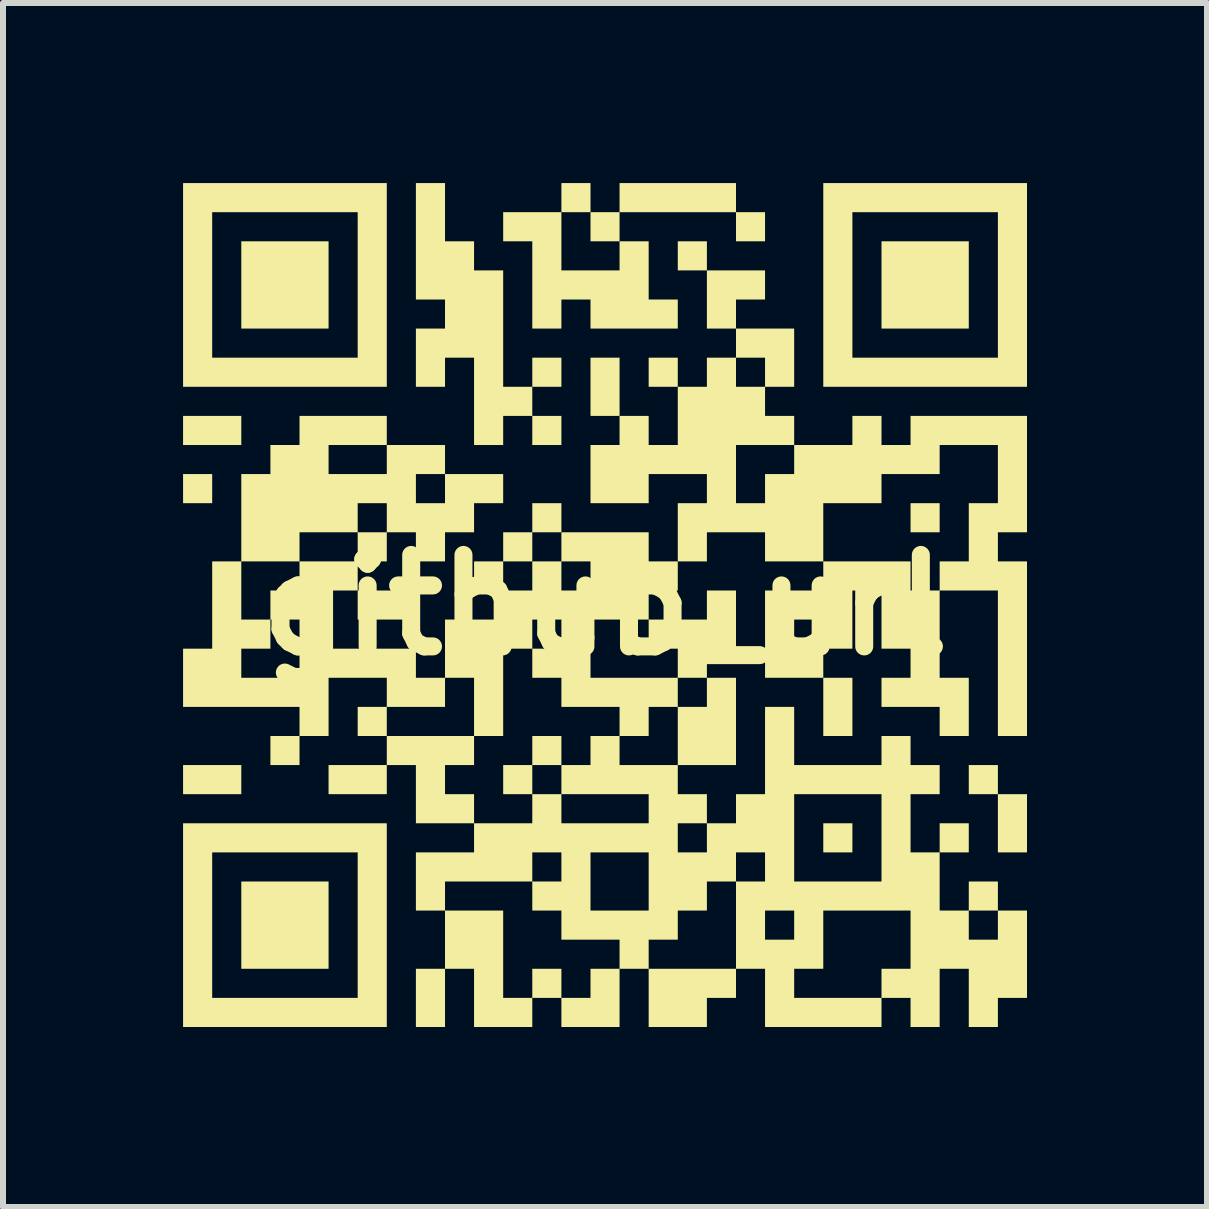
<source format=kicad_pcb>
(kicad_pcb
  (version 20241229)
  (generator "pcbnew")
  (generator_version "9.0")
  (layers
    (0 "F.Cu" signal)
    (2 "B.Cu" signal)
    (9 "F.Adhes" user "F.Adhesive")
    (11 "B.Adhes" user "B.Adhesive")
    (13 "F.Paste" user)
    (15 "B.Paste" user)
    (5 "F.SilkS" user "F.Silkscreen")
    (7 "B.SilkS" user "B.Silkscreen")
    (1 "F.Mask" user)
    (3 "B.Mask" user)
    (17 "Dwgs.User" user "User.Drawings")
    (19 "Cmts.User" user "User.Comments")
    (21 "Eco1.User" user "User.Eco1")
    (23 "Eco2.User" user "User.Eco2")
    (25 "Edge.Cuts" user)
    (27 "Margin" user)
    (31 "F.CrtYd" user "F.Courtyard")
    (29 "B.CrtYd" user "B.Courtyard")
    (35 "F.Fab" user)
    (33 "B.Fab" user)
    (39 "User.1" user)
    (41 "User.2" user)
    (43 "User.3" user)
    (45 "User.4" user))
  (footprint "github_url"
    (layer "F.Cu")
    (at 7.03 7.03)
    (property "Reference" "github_url" (at 0 0 0) (layer "F.SilkS") (effects (font (size 1.524 1.524) (thickness 0.3))))
    (attr board_only exclude_from_pos_files exclude_from_bom)
    (fp_poly (pts (xy -6.545 -1.697) (xy -7.03 -1.697) (xy -7.03 -2.182) (xy -6.545 -2.182)) (stroke (width 0) (type solid)) (fill yes) (layer "F.SilkS"))
    (fp_poly (pts (xy -6.06 -2.666) (xy -7.03 -2.666) (xy -7.03 -3.151) (xy -6.06 -3.151)) (stroke (width 0) (type solid)) (fill yes) (layer "F.SilkS"))
    (fp_poly (pts (xy -6.06 3.151) (xy -7.03 3.151) (xy -7.03 2.666) (xy -6.06 2.666)) (stroke (width 0) (type solid)) (fill yes) (layer "F.SilkS"))
    (fp_poly (pts (xy -5.09 2.666) (xy -5.575 2.666) (xy -5.575 2.182) (xy -5.09 2.182)) (stroke (width 0) (type solid)) (fill yes) (layer "F.SilkS"))
    (fp_poly (pts (xy -4.606 -4.606) (xy -6.06 -4.606) (xy -6.06 -6.06) (xy -4.606 -6.06)) (stroke (width 0) (type solid)) (fill yes) (layer "F.SilkS"))
    (fp_poly (pts (xy -4.606 6.06) (xy -6.06 6.06) (xy -6.06 4.606) (xy -4.606 4.606)) (stroke (width 0) (type solid)) (fill yes) (layer "F.SilkS"))
    (fp_poly (pts (xy -3.636 3.151) (xy -4.606 3.151) (xy -4.606 2.666) (xy -3.636 2.666)) (stroke (width 0) (type solid)) (fill yes) (layer "F.SilkS"))
    (fp_poly (pts (xy -3.151 0.242) (xy -4.121 0.242) (xy -4.121 -0.242) (xy -3.151 -0.242)) (stroke (width 0) (type solid)) (fill yes) (layer "F.SilkS"))
    (fp_poly (pts (xy -2.666 7.03) (xy -3.151 7.03) (xy -3.151 6.06) (xy -2.666 6.06)) (stroke (width 0) (type solid)) (fill yes) (layer "F.SilkS"))
    (fp_poly (pts (xy -1.212 3.151) (xy -1.697 3.151) (xy -1.697 2.666) (xy -1.212 2.666)) (stroke (width 0) (type solid)) (fill yes) (layer "F.SilkS"))
    (fp_poly (pts (xy -0.727 -3.636) (xy -1.212 -3.636) (xy -1.212 -4.121) (xy -0.727 -4.121)) (stroke (width 0) (type solid)) (fill yes) (layer "F.SilkS"))
    (fp_poly (pts (xy -0.727 -2.666) (xy -1.212 -2.666) (xy -1.212 -3.151) (xy -0.727 -3.151)) (stroke (width 0) (type solid)) (fill yes) (layer "F.SilkS"))
    (fp_poly (pts (xy -0.727 2.666) (xy -1.212 2.666) (xy -1.212 2.182) (xy -0.727 2.182)) (stroke (width 0) (type solid)) (fill yes) (layer "F.SilkS"))
    (fp_poly (pts (xy 0.242 -3.151) (xy -0.242 -3.151) (xy -0.242 -4.121) (xy 0.242 -4.121)) (stroke (width 0) (type solid)) (fill yes) (layer "F.SilkS"))
    (fp_poly (pts (xy 1.212 -3.636) (xy 0.727 -3.636) (xy 0.727 -4.121) (xy 1.212 -4.121)) (stroke (width 0) (type solid)) (fill yes) (layer "F.SilkS"))
    (fp_poly (pts (xy 1.697 -5.575) (xy 1.212 -5.575) (xy 1.212 -6.06) (xy 1.697 -6.06)) (stroke (width 0) (type solid)) (fill yes) (layer "F.SilkS"))
    (fp_poly (pts (xy 2.182 -6.545) (xy 0.242 -6.545) (xy 0.242 -7.03) (xy 2.182 -7.03)) (stroke (width 0) (type solid)) (fill yes) (layer "F.SilkS"))
    (fp_poly (pts (xy 2.666 -6.06) (xy 2.182 -6.06) (xy 2.182 -6.545) (xy 2.666 -6.545)) (stroke (width 0) (type solid)) (fill yes) (layer "F.SilkS"))
    (fp_poly (pts (xy 4.121 2.182) (xy 3.636 2.182) (xy 3.636 1.212) (xy 4.121 1.212)) (stroke (width 0) (type solid)) (fill yes) (layer "F.SilkS"))
    (fp_poly (pts (xy 4.121 4.121) (xy 3.636 4.121) (xy 3.636 3.636) (xy 4.121 3.636)) (stroke (width 0) (type solid)) (fill yes) (layer "F.SilkS"))
    (fp_poly (pts (xy 5.575 -1.212) (xy 5.09 -1.212) (xy 5.09 -1.697) (xy 5.575 -1.697)) (stroke (width 0) (type solid)) (fill yes) (layer "F.SilkS"))
    (fp_poly (pts (xy 6.06 -4.606) (xy 4.606 -4.606) (xy 4.606 -6.06) (xy 6.06 -6.06)) (stroke (width 0) (type solid)) (fill yes) (layer "F.SilkS"))
    (fp_poly (pts (xy 6.06 4.121) (xy 5.575 4.121) (xy 5.575 3.636) (xy 6.06 3.636)) (stroke (width 0) (type solid)) (fill yes) (layer "F.SilkS"))
    (fp_poly (pts (xy 6.545 3.151) (xy 6.06 3.151) (xy 6.06 2.666) (xy 6.545 2.666)) (stroke (width 0) (type solid)) (fill yes) (layer "F.SilkS"))
    (fp_poly (pts (xy 7.03 4.121) (xy 6.545 4.121) (xy 6.545 3.151) (xy 7.03 3.151)) (stroke (width 0) (type solid)) (fill yes) (layer "F.SilkS"))
    (fp_poly (pts (xy 2.666 -5.09) (xy 2.182 -5.09) (xy 2.182 -4.606) (xy 1.697 -4.606) (xy 1.697 -5.575) (xy 2.666 -5.575)) (stroke (width 0) (type solid)) (fill yes) (layer "F.SilkS"))
    (fp_poly (pts (xy -3.636 -3.636) (xy -7.03 -3.636) (xy -7.03 -4.121) (xy -6.545 -4.121) (xy -4.121 -4.121) (xy -4.121 -6.545) (xy -6.545 -6.545) (xy -6.545 -4.121) (xy -7.03 -4.121) (xy -7.03 -7.03) (xy -3.636 -7.03)) (stroke (width 0) (type solid)) (fill yes) (layer "F.SilkS"))
    (fp_poly (pts (xy -3.636 7.03) (xy -7.03 7.03) (xy -7.03 6.545) (xy -6.545 6.545) (xy -4.121 6.545) (xy -4.121 4.121) (xy -6.545 4.121) (xy -6.545 6.545) (xy -7.03 6.545) (xy -7.03 3.636) (xy -3.636 3.636)) (stroke (width 0) (type solid)) (fill yes) (layer "F.SilkS"))
    (fp_poly (pts (xy 7.03 -3.636) (xy 3.636 -3.636) (xy 3.636 -4.121) (xy 4.121 -4.121) (xy 6.545 -4.121) (xy 6.545 -6.545) (xy 4.121 -6.545) (xy 4.121 -4.121) (xy 3.636 -4.121) (xy 3.636 -7.03) (xy 7.03 -7.03)) (stroke (width 0) (type solid)) (fill yes) (layer "F.SilkS"))
    (fp_poly (pts (xy -2.666 -6.06) (xy -2.182 -6.06) (xy -2.182 -5.575) (xy -1.697 -5.575) (xy -1.697 -3.636) (xy -1.212 -3.636) (xy -1.212 -3.151) (xy -1.697 -3.151) (xy -1.697 -2.666) (xy -2.182 -2.666) (xy -2.182 -4.121) (xy -2.666 -4.121) (xy -2.666 -3.636) (xy -3.151 -3.636) (xy -3.151 -4.606) (xy -2.666 -4.606) (xy -2.666 -5.09) (xy -3.151 -5.09) (xy -3.151 -7.03) (xy -2.666 -7.03)) (stroke (width 0) (type solid)) (fill yes) (layer "F.SilkS"))
    (fp_poly (pts (xy 0.242 -6.545) (xy 0.242 -6.06) (xy 0.727 -6.06) (xy 0.727 -5.09) (xy 1.212 -5.09) (xy 1.212 -4.606) (xy -0.242 -4.606) (xy -0.242 -5.09) (xy -0.727 -5.09) (xy -0.727 -4.606) (xy -1.212 -4.606) (xy -1.212 -5.575) (xy -0.727 -5.575) (xy 0.242 -5.575) (xy 0.242 -6.06) (xy -0.242 -6.06) (xy -0.242 -6.545) (xy -0.727 -6.545) (xy -0.727 -5.575) (xy -1.212 -5.575) (xy -1.212 -6.06) (xy -1.697 -6.06) (xy -1.697 -6.545) (xy -0.727 -6.545) (xy -0.727 -7.03) (xy -0.242 -7.03) (xy -0.242 -6.545)) (stroke (width 0) (type solid)) (fill yes) (layer "F.SilkS"))
    (fp_poly (pts (xy 3.151 -3.636) (xy 2.666 -3.636) (xy 2.666 -3.151) (xy 3.151 -3.151) (xy 3.151 -2.666) (xy 4.121 -2.666) (xy 4.121 -3.151) (xy 4.606 -3.151) (xy 4.606 -2.666) (xy 5.09 -2.666) (xy 5.09 -3.151) (xy 7.03 -3.151) (xy 7.03 -1.212) (xy 6.545 -1.212) (xy 6.545 -0.727) (xy 7.03 -0.727) (xy 7.03 2.182) (xy 6.545 2.182) (xy 6.545 -0.242) (xy 5.575 -0.242) (xy 5.575 1.212) (xy 6.06 1.212) (xy 6.06 2.182) (xy 5.575 2.182) (xy 5.575 1.697) (xy 4.606 1.697) (xy 4.606 1.212) (xy 5.09 1.212) (xy 5.09 0.727) (xy 4.606 0.727) (xy 4.606 -0.242) (xy 4.121 -0.242) (xy 4.121 0.727) (xy 3.636 0.727) (xy 3.636 1.212) (xy 2.666 1.212) (xy 2.666 0.727) (xy 3.151 0.727) (xy 3.636 0.727) (xy 3.636 0.242) (xy 3.151 0.242) (xy 3.151 0.727) (xy 2.666 0.727) (xy 2.666 -0.242) (xy 3.636 -0.242) (xy 3.636 -0.727) (xy 5.09 -0.727) (xy 5.09 -0.242) (xy 5.575 -0.242) (xy 5.575 -0.727) (xy 6.06 -0.727) (xy 6.06 -1.697) (xy 6.545 -1.697) (xy 6.545 -2.666) (xy 5.575 -2.666) (xy 5.575 -2.182) (xy 4.606 -2.182) (xy 4.606 -1.697) (xy 3.636 -1.697) (xy 3.636 -0.727) (xy 2.666 -0.727) (xy 2.666 -1.212) (xy 1.697 -1.212) (xy 1.697 -0.727) (xy 1.212 -0.727) (xy 1.212 -1.697) (xy 1.697 -1.697) (xy 2.182 -1.697) (xy 2.666 -1.697) (xy 2.666 -2.182) (xy 3.151 -2.182) (xy 3.151 -2.666) (xy 2.182 -2.666) (xy 2.182 -1.697) (xy 1.697 -1.697) (xy 1.697 -2.182) (xy 0.727 -2.182) (xy 0.727 -1.697) (xy -0.242 -1.697) (xy -0.242 -2.666) (xy 0.242 -2.666) (xy 0.242 -3.151) (xy 0.727 -3.151) (xy 0.727 -2.666) (xy 1.212 -2.666) (xy 1.212 -3.636) (xy 1.697 -3.636) (xy 2.182 -3.636) (xy 2.666 -3.636) (xy 2.666 -4.121) (xy 2.182 -4.121) (xy 2.182 -3.636) (xy 1.697 -3.636) (xy 1.697 -4.121) (xy 2.182 -4.121) (xy 2.182 -4.606) (xy 3.151 -4.606)) (stroke (width 0) (type solid)) (fill yes) (layer "F.SilkS"))
    (fp_poly (pts (xy -1.697 -2.182) (xy -1.697 -1.697) (xy -2.182 -1.697) (xy -2.182 -1.212) (xy -2.666 -1.212) (xy -2.666 -0.727) (xy -3.151 -0.727) (xy -3.151 -1.212) (xy -3.636 -1.212) (xy -3.636 -0.727) (xy -4.121 -0.727) (xy -4.121 -0.242) (xy -4.606 -0.242) (xy -4.606 0.727) (xy -3.151 0.727) (xy -3.151 1.212) (xy -2.666 1.212) (xy -2.666 0.242) (xy -1.697 0.242) (xy -1.697 -0.242) (xy -1.212 -0.242) (xy -0.727 -0.242) (xy -0.242 -0.242) (xy -0.242 -0.727) (xy -0.727 -0.727) (xy -0.727 -0.242) (xy -1.212 -0.242) (xy -1.212 -0.727) (xy -0.727 -0.727) (xy -0.727 -1.212) (xy -1.212 -1.212) (xy -1.212 -0.727) (xy -1.697 -0.727) (xy -1.697 -0.242) (xy -2.182 -0.242) (xy -2.182 -0.727) (xy -1.697 -0.727) (xy -1.697 -1.212) (xy -1.212 -1.212) (xy -1.212 -1.697) (xy -0.727 -1.697) (xy -0.727 -1.212) (xy 0.727 -1.212) (xy 0.727 -0.727) (xy 1.212 -0.727) (xy 1.212 -0.242) (xy 0.727 -0.242) (xy 0.727 0.242) (xy 1.697 0.242) (xy 1.697 -0.242) (xy 2.182 -0.242) (xy 2.182 0.727) (xy 1.697 0.727) (xy 1.697 1.212) (xy 2.182 1.212) (xy 2.182 2.666) (xy 1.212 2.666) (xy 1.212 3.151) (xy 1.697 3.151) (xy 1.697 3.636) (xy 2.182 3.636) (xy 2.182 3.151) (xy 2.666 3.151) (xy 2.666 1.697) (xy 3.151 1.697) (xy 3.151 2.666) (xy 4.606 2.666) (xy 4.606 2.182) (xy 5.09 2.182) (xy 5.09 2.666) (xy 5.575 2.666) (xy 5.575 3.151) (xy 5.09 3.151) (xy 5.09 4.121) (xy 5.575 4.121) (xy 5.575 5.09) (xy 6.06 5.09) (xy 6.06 4.606) (xy 6.545 4.606) (xy 6.545 5.09) (xy 7.03 5.09) (xy 7.03 6.545) (xy 6.545 6.545) (xy 6.545 7.03) (xy 6.06 7.03) (xy 6.06 6.06) (xy 5.575 6.06) (xy 5.575 7.03) (xy 5.09 7.03) (xy 5.09 6.545) (xy 4.606 6.545) (xy 4.606 7.03) (xy 2.666 7.03) (xy 2.666 6.545) (xy 3.151 6.545) (xy 4.606 6.545) (xy 4.606 6.06) (xy 5.09 6.06) (xy 5.09 5.575) (xy 6.06 5.575) (xy 6.545 5.575) (xy 6.545 5.09) (xy 6.06 5.09) (xy 6.06 5.575) (xy 5.09 5.575) (xy 5.09 5.09) (xy 3.636 5.09) (xy 3.636 6.06) (xy 3.151 6.06) (xy 3.151 6.545) (xy 2.666 6.545) (xy 2.666 6.06) (xy 2.182 6.06) (xy 2.182 6.545) (xy 1.697 6.545) (xy 1.697 7.03) (xy 0.727 7.03) (xy 0.727 6.06) (xy 2.182 6.06) (xy 2.182 5.575) (xy 2.666 5.575) (xy 3.151 5.575) (xy 3.151 5.09) (xy 2.666 5.09) (xy 2.666 5.575) (xy 2.182 5.575) (xy 2.182 4.606) (xy 2.666 4.606) (xy 3.151 4.606) (xy 4.606 4.606) (xy 4.606 3.151) (xy 3.151 3.151) (xy 3.151 4.606) (xy 2.666 4.606) (xy 2.666 4.121) (xy 2.182 4.121) (xy 2.182 4.606) (xy 1.697 4.606) (xy 1.697 5.09) (xy 1.212 5.09) (xy 1.212 5.575) (xy 0.727 5.575) (xy 0.727 6.06) (xy 0.242 6.06) (xy 0.242 7.03) (xy -0.727 7.03) (xy -0.727 6.545) (xy -1.212 6.545) (xy -1.212 7.03) (xy -2.182 7.03) (xy -2.182 6.06) (xy -2.666 6.06) (xy -2.666 5.09) (xy -1.697 5.09) (xy -1.697 6.545) (xy -1.212 6.545) (xy -1.212 6.06) (xy -0.727 6.06) (xy -0.727 6.545) (xy -0.242 6.545) (xy -0.242 6.06) (xy 0.242 6.06) (xy 0.242 5.575) (xy -0.727 5.575) (xy -0.727 5.09) (xy -0.242 5.09) (xy 0.727 5.09) (xy 0.727 4.121) (xy 1.212 4.121) (xy 1.697 4.121) (xy 1.697 3.636) (xy 1.212 3.636) (xy 1.212 4.121) (xy 0.727 4.121) (xy -0.242 4.121) (xy -0.242 5.09) (xy -0.727 5.09) (xy -1.212 5.09) (xy -1.212 4.606) (xy -0.727 4.606) (xy -0.727 4.121) (xy -1.212 4.121) (xy -1.212 4.606) (xy -2.666 4.606) (xy -2.666 5.09) (xy -3.151 5.09) (xy -3.151 4.121) (xy -2.182 4.121) (xy -2.182 3.636) (xy -3.151 3.636) (xy -3.151 3.151) (xy -2.666 3.151) (xy -2.182 3.151) (xy -2.182 3.636) (xy -1.212 3.636) (xy -0.727 3.636) (xy 0.727 3.636) (xy 0.727 3.151) (xy -0.727 3.151) (xy -0.727 3.636) (xy -1.212 3.636) (xy -1.212 3.151) (xy -0.727 3.151) (xy -0.727 2.666) (xy -0.242 2.666) (xy 0.242 2.666) (xy 1.212 2.666) (xy 1.212 1.697) (xy 1.697 1.697) (xy 1.697 1.212) (xy 1.212 1.212) (xy 1.212 1.697) (xy 0.727 1.697) (xy 0.727 2.182) (xy 0.242 2.182) (xy 0.242 2.666) (xy -0.242 2.666) (xy -0.242 2.182) (xy 0.242 2.182) (xy 0.242 1.697) (xy -0.727 1.697) (xy -0.727 1.212) (xy -0.242 1.212) (xy 1.212 1.212) (xy 1.212 0.727) (xy 0.727 0.727) (xy 0.727 0.242) (xy -0.242 0.242) (xy -0.242 1.212) (xy -0.727 1.212) (xy -1.212 1.212) (xy -1.212 0.727) (xy -0.727 0.727) (xy -0.727 0.242) (xy -1.212 0.242) (xy -1.212 0.727) (xy -1.697 0.727) (xy -1.697 2.182) (xy -2.182 2.182) (xy -2.182 2.666) (xy -2.666 2.666) (xy -2.666 3.151) (xy -3.151 3.151) (xy -3.151 2.666) (xy -3.636 2.666) (xy -3.636 2.182) (xy -2.182 2.182) (xy -2.182 1.212) (xy -2.666 1.212) (xy -2.666 1.697) (xy -3.636 1.697) (xy -3.636 2.182) (xy -4.121 2.182) (xy -4.121 1.697) (xy -3.636 1.697) (xy -3.636 1.212) (xy -4.606 1.212) (xy -4.606 2.182) (xy -5.09 2.182) (xy -5.09 1.697) (xy -7.03 1.697) (xy -7.03 1.212) (xy -6.06 1.212) (xy -5.09 1.212) (xy -5.09 0.242) (xy -5.575 0.242) (xy -5.575 0.727) (xy -6.06 0.727) (xy -6.06 1.212) (xy -7.03 1.212) (xy -7.03 0.727) (xy -6.545 0.727) (xy -6.545 0.242) (xy -6.06 0.242) (xy -5.575 0.242) (xy -5.575 -0.242) (xy -5.09 -0.242) (xy -5.09 -0.727) (xy -4.121 -0.727) (xy -4.121 -1.212) (xy -3.636 -1.212) (xy -3.636 -1.697) (xy -3.151 -1.697) (xy -2.666 -1.697) (xy -2.666 -2.182) (xy -3.151 -2.182) (xy -3.151 -1.697) (xy -3.636 -1.697) (xy -4.121 -1.697) (xy -4.121 -1.212) (xy -5.09 -1.212) (xy -5.09 -0.727) (xy -6.06 -0.727) (xy -6.06 0.242) (xy -6.545 0.242) (xy -6.545 -0.727) (xy -6.06 -0.727) (xy -6.06 -2.182) (xy -5.575 -2.182) (xy -4.606 -2.182) (xy -3.636 -2.182) (xy -3.636 -2.666) (xy -4.606 -2.666) (xy -4.606 -2.182) (xy -5.575 -2.182) (xy -5.575 -2.666) (xy -5.09 -2.666) (xy -5.09 -3.151) (xy -3.636 -3.151) (xy -3.636 -2.666) (xy -2.666 -2.666) (xy -2.666 -2.182)) (stroke (width 0) (type solid)) (fill yes) (layer "F.SilkS")))
  (gr_rect
    (start -3 -3)
    (end 17.059 17.059)
    (stroke (width 0.1) (type default))
    (fill no)
    (layer "Edge.Cuts")))
</source>
